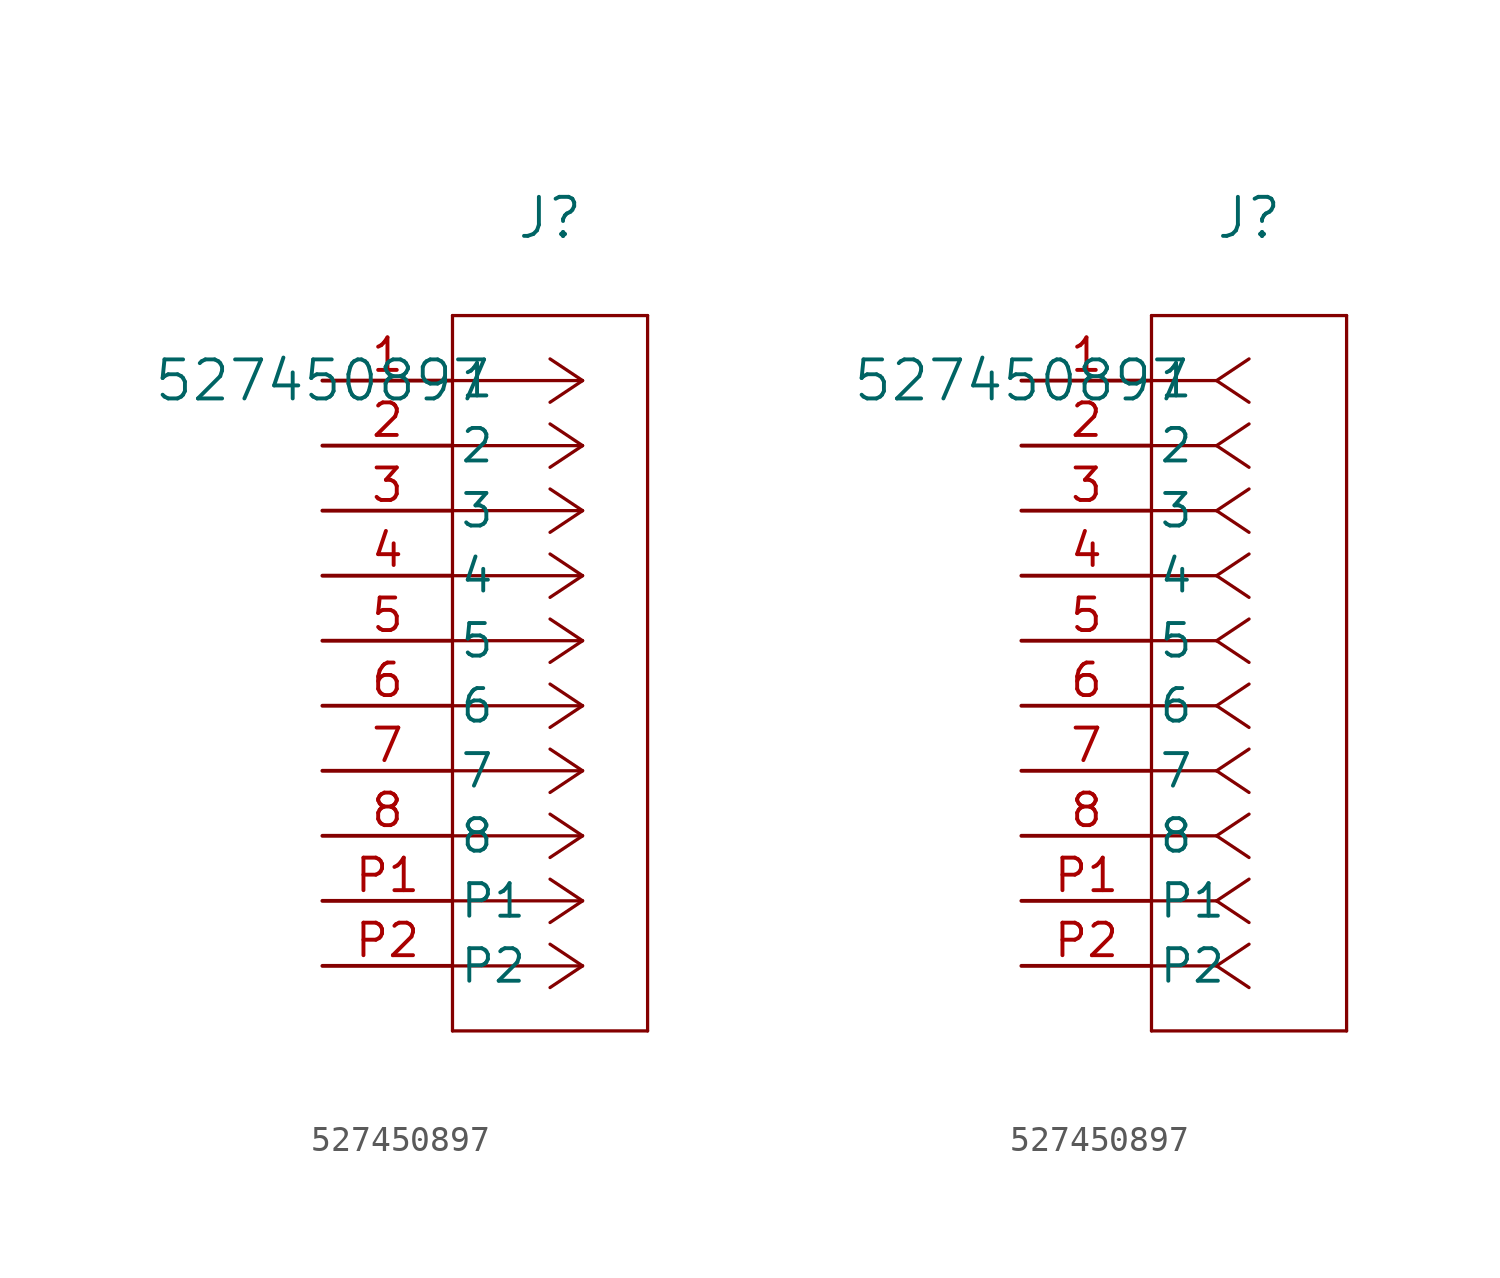
<source format=kicad_sym>
(kicad_symbol_lib
  (version 20211014)
  (generator kicad_symbol_editor)
  (symbol "527450897"
    (pin_names
      (offset 0.254))
    (property "Reference" "J"
      (at 8.89 6.35 0)
      (effects (font (size 1.524 1.524))))
    (property "Value" "527450897"
      (at 0 0 0)
      (effects (font (size 1.524 1.524))))
    (symbol "527450897_1_1"
      (polyline (pts (xy 10.16 0) (xy 5.08 0)) (stroke (width 0.127) (type default) (color 0 0 0 0)) (fill (type none)))
      (polyline (pts (xy 10.16 -2.54) (xy 5.08 -2.54)) (stroke (width 0.127) (type default) (color 0 0 0 0)) (fill (type none)))
      (polyline (pts (xy 10.16 -5.08) (xy 5.08 -5.08)) (stroke (width 0.127) (type default) (color 0 0 0 0)) (fill (type none)))
      (polyline (pts (xy 10.16 -7.62) (xy 5.08 -7.62)) (stroke (width 0.127) (type default) (color 0 0 0 0)) (fill (type none)))
      (polyline (pts (xy 10.16 -10.16) (xy 5.08 -10.16)) (stroke (width 0.127) (type default) (color 0 0 0 0)) (fill (type none)))
      (polyline (pts (xy 10.16 -12.7) (xy 5.08 -12.7)) (stroke (width 0.127) (type default) (color 0 0 0 0)) (fill (type none)))
      (polyline (pts (xy 10.16 -15.24) (xy 5.08 -15.24)) (stroke (width 0.127) (type default) (color 0 0 0 0)) (fill (type none)))
      (polyline (pts (xy 10.16 -17.78) (xy 5.08 -17.78)) (stroke (width 0.127) (type default) (color 0 0 0 0)) (fill (type none)))
      (polyline (pts (xy 10.16 -20.32) (xy 5.08 -20.32)) (stroke (width 0.127) (type default) (color 0 0 0 0)) (fill (type none)))
      (polyline (pts (xy 10.16 -22.86) (xy 5.08 -22.86)) (stroke (width 0.127) (type default) (color 0 0 0 0)) (fill (type none)))
      (polyline (pts (xy 10.16 0) (xy 8.89 0.847)) (stroke (width 0.127) (type default) (color 0 0 0 0)) (fill (type none)))
      (polyline (pts (xy 10.16 -2.54) (xy 8.89 -1.693)) (stroke (width 0.127) (type default) (color 0 0 0 0)) (fill (type none)))
      (polyline (pts (xy 10.16 -5.08) (xy 8.89 -4.233)) (stroke (width 0.127) (type default) (color 0 0 0 0)) (fill (type none)))
      (polyline (pts (xy 10.16 -7.62) (xy 8.89 -6.773)) (stroke (width 0.127) (type default) (color 0 0 0 0)) (fill (type none)))
      (polyline (pts (xy 10.16 -10.16) (xy 8.89 -9.313)) (stroke (width 0.127) (type default) (color 0 0 0 0)) (fill (type none)))
      (polyline (pts (xy 10.16 -12.7) (xy 8.89 -11.853)) (stroke (width 0.127) (type default) (color 0 0 0 0)) (fill (type none)))
      (polyline (pts (xy 10.16 -15.24) (xy 8.89 -14.393)) (stroke (width 0.127) (type default) (color 0 0 0 0)) (fill (type none)))
      (polyline (pts (xy 10.16 -17.78) (xy 8.89 -16.933)) (stroke (width 0.127) (type default) (color 0 0 0 0)) (fill (type none)))
      (polyline (pts (xy 10.16 -20.32) (xy 8.89 -19.473)) (stroke (width 0.127) (type default) (color 0 0 0 0)) (fill (type none)))
      (polyline (pts (xy 10.16 -22.86) (xy 8.89 -22.013)) (stroke (width 0.127) (type default) (color 0 0 0 0)) (fill (type none)))
      (polyline (pts (xy 10.16 0) (xy 8.89 -0.847)) (stroke (width 0.127) (type default) (color 0 0 0 0)) (fill (type none)))
      (polyline (pts (xy 10.16 -2.54) (xy 8.89 -3.387)) (stroke (width 0.127) (type default) (color 0 0 0 0)) (fill (type none)))
      (polyline (pts (xy 10.16 -5.08) (xy 8.89 -5.927)) (stroke (width 0.127) (type default) (color 0 0 0 0)) (fill (type none)))
      (polyline (pts (xy 10.16 -7.62) (xy 8.89 -8.467)) (stroke (width 0.127) (type default) (color 0 0 0 0)) (fill (type none)))
      (polyline (pts (xy 10.16 -10.16) (xy 8.89 -11.007)) (stroke (width 0.127) (type default) (color 0 0 0 0)) (fill (type none)))
      (polyline (pts (xy 10.16 -12.7) (xy 8.89 -13.547)) (stroke (width 0.127) (type default) (color 0 0 0 0)) (fill (type none)))
      (polyline (pts (xy 10.16 -15.24) (xy 8.89 -16.087)) (stroke (width 0.127) (type default) (color 0 0 0 0)) (fill (type none)))
      (polyline (pts (xy 10.16 -17.78) (xy 8.89 -18.627)) (stroke (width 0.127) (type default) (color 0 0 0 0)) (fill (type none)))
      (polyline (pts (xy 10.16 -20.32) (xy 8.89 -21.167)) (stroke (width 0.127) (type default) (color 0 0 0 0)) (fill (type none)))
      (polyline (pts (xy 10.16 -22.86) (xy 8.89 -23.707)) (stroke (width 0.127) (type default) (color 0 0 0 0)) (fill (type none)))
      (polyline (pts (xy 5.08 2.54) (xy 5.08 -25.4)) (stroke (width 0.127) (type default) (color 0 0 0 0)) (fill (type none)))
      (polyline (pts (xy 5.08 -25.4) (xy 12.7 -25.4)) (stroke (width 0.127) (type default) (color 0 0 0 0)) (fill (type none)))
      (polyline (pts (xy 12.7 -25.4) (xy 12.7 2.54)) (stroke (width 0.127) (type default) (color 0 0 0 0)) (fill (type none)))
      (polyline (pts (xy 12.7 2.54) (xy 5.08 2.54)) (stroke (width 0.127) (type default) (color 0 0 0 0)) (fill (type none)))
      (pin unspecified line (at 0 0 0) (length 5.08) (name "1" (effects (font (size 1.27 1.27)))) (number "1" (effects (font (size 1.27 1.27)))))
      (pin unspecified line (at 0 -2.54 0) (length 5.08) (name "2" (effects (font (size 1.27 1.27)))) (number "2" (effects (font (size 1.27 1.27)))))
      (pin unspecified line (at 0 -5.08 0) (length 5.08) (name "3" (effects (font (size 1.27 1.27)))) (number "3" (effects (font (size 1.27 1.27)))))
      (pin unspecified line (at 0 -7.62 0) (length 5.08) (name "4" (effects (font (size 1.27 1.27)))) (number "4" (effects (font (size 1.27 1.27)))))
      (pin unspecified line (at 0 -10.16 0) (length 5.08) (name "5" (effects (font (size 1.27 1.27)))) (number "5" (effects (font (size 1.27 1.27)))))
      (pin unspecified line (at 0 -12.7 0) (length 5.08) (name "6" (effects (font (size 1.27 1.27)))) (number "6" (effects (font (size 1.27 1.27)))))
      (pin unspecified line (at 0 -15.24 0) (length 5.08) (name "7" (effects (font (size 1.27 1.27)))) (number "7" (effects (font (size 1.27 1.27)))))
      (pin unspecified line (at 0 -17.78 0) (length 5.08) (name "8" (effects (font (size 1.27 1.27)))) (number "8" (effects (font (size 1.27 1.27)))))
      (pin unspecified line (at 0 -20.32 0) (length 5.08) (name "P1" (effects (font (size 1.27 1.27)))) (number "P1" (effects (font (size 1.27 1.27)))))
      (pin unspecified line (at 0 -22.86 0) (length 5.08) (name "P2" (effects (font (size 1.27 1.27)))) (number "P2" (effects (font (size 1.27 1.27))))))
    (symbol "527450897_1_2"
      (polyline (pts (xy 7.62 0) (xy 5.08 0)) (stroke (width 0.127) (type default) (color 0 0 0 0)) (fill (type none)))
      (polyline (pts (xy 7.62 -2.54) (xy 5.08 -2.54)) (stroke (width 0.127) (type default) (color 0 0 0 0)) (fill (type none)))
      (polyline (pts (xy 7.62 -5.08) (xy 5.08 -5.08)) (stroke (width 0.127) (type default) (color 0 0 0 0)) (fill (type none)))
      (polyline (pts (xy 7.62 -7.62) (xy 5.08 -7.62)) (stroke (width 0.127) (type default) (color 0 0 0 0)) (fill (type none)))
      (polyline (pts (xy 7.62 -10.16) (xy 5.08 -10.16)) (stroke (width 0.127) (type default) (color 0 0 0 0)) (fill (type none)))
      (polyline (pts (xy 7.62 -12.7) (xy 5.08 -12.7)) (stroke (width 0.127) (type default) (color 0 0 0 0)) (fill (type none)))
      (polyline (pts (xy 7.62 -15.24) (xy 5.08 -15.24)) (stroke (width 0.127) (type default) (color 0 0 0 0)) (fill (type none)))
      (polyline (pts (xy 7.62 -17.78) (xy 5.08 -17.78)) (stroke (width 0.127) (type default) (color 0 0 0 0)) (fill (type none)))
      (polyline (pts (xy 7.62 -20.32) (xy 5.08 -20.32)) (stroke (width 0.127) (type default) (color 0 0 0 0)) (fill (type none)))
      (polyline (pts (xy 7.62 -22.86) (xy 5.08 -22.86)) (stroke (width 0.127) (type default) (color 0 0 0 0)) (fill (type none)))
      (polyline (pts (xy 7.62 0) (xy 8.89 0.847)) (stroke (width 0.127) (type default) (color 0 0 0 0)) (fill (type none)))
      (polyline (pts (xy 7.62 -2.54) (xy 8.89 -1.693)) (stroke (width 0.127) (type default) (color 0 0 0 0)) (fill (type none)))
      (polyline (pts (xy 7.62 -5.08) (xy 8.89 -4.233)) (stroke (width 0.127) (type default) (color 0 0 0 0)) (fill (type none)))
      (polyline (pts (xy 7.62 -7.62) (xy 8.89 -6.773)) (stroke (width 0.127) (type default) (color 0 0 0 0)) (fill (type none)))
      (polyline (pts (xy 7.62 -10.16) (xy 8.89 -9.313)) (stroke (width 0.127) (type default) (color 0 0 0 0)) (fill (type none)))
      (polyline (pts (xy 7.62 -12.7) (xy 8.89 -11.853)) (stroke (width 0.127) (type default) (color 0 0 0 0)) (fill (type none)))
      (polyline (pts (xy 7.62 -15.24) (xy 8.89 -14.393)) (stroke (width 0.127) (type default) (color 0 0 0 0)) (fill (type none)))
      (polyline (pts (xy 7.62 -17.78) (xy 8.89 -16.933)) (stroke (width 0.127) (type default) (color 0 0 0 0)) (fill (type none)))
      (polyline (pts (xy 7.62 -20.32) (xy 8.89 -19.473)) (stroke (width 0.127) (type default) (color 0 0 0 0)) (fill (type none)))
      (polyline (pts (xy 7.62 -22.86) (xy 8.89 -22.013)) (stroke (width 0.127) (type default) (color 0 0 0 0)) (fill (type none)))
      (polyline (pts (xy 7.62 0) (xy 8.89 -0.847)) (stroke (width 0.127) (type default) (color 0 0 0 0)) (fill (type none)))
      (polyline (pts (xy 7.62 -2.54) (xy 8.89 -3.387)) (stroke (width 0.127) (type default) (color 0 0 0 0)) (fill (type none)))
      (polyline (pts (xy 7.62 -5.08) (xy 8.89 -5.927)) (stroke (width 0.127) (type default) (color 0 0 0 0)) (fill (type none)))
      (polyline (pts (xy 7.62 -7.62) (xy 8.89 -8.467)) (stroke (width 0.127) (type default) (color 0 0 0 0)) (fill (type none)))
      (polyline (pts (xy 7.62 -10.16) (xy 8.89 -11.007)) (stroke (width 0.127) (type default) (color 0 0 0 0)) (fill (type none)))
      (polyline (pts (xy 7.62 -12.7) (xy 8.89 -13.547)) (stroke (width 0.127) (type default) (color 0 0 0 0)) (fill (type none)))
      (polyline (pts (xy 7.62 -15.24) (xy 8.89 -16.087)) (stroke (width 0.127) (type default) (color 0 0 0 0)) (fill (type none)))
      (polyline (pts (xy 7.62 -17.78) (xy 8.89 -18.627)) (stroke (width 0.127) (type default) (color 0 0 0 0)) (fill (type none)))
      (polyline (pts (xy 7.62 -20.32) (xy 8.89 -21.167)) (stroke (width 0.127) (type default) (color 0 0 0 0)) (fill (type none)))
      (polyline (pts (xy 7.62 -22.86) (xy 8.89 -23.707)) (stroke (width 0.127) (type default) (color 0 0 0 0)) (fill (type none)))
      (polyline (pts (xy 5.08 2.54) (xy 5.08 -25.4)) (stroke (width 0.127) (type default) (color 0 0 0 0)) (fill (type none)))
      (polyline (pts (xy 5.08 -25.4) (xy 12.7 -25.4)) (stroke (width 0.127) (type default) (color 0 0 0 0)) (fill (type none)))
      (polyline (pts (xy 12.7 -25.4) (xy 12.7 2.54)) (stroke (width 0.127) (type default) (color 0 0 0 0)) (fill (type none)))
      (polyline (pts (xy 12.7 2.54) (xy 5.08 2.54)) (stroke (width 0.127) (type default) (color 0 0 0 0)) (fill (type none)))
      (pin unspecified line (at 0 0 0) (length 5.08) (name "1" (effects (font (size 1.27 1.27)))) (number "1" (effects (font (size 1.27 1.27)))))
      (pin unspecified line (at 0 -2.54 0) (length 5.08) (name "2" (effects (font (size 1.27 1.27)))) (number "2" (effects (font (size 1.27 1.27)))))
      (pin unspecified line (at 0 -5.08 0) (length 5.08) (name "3" (effects (font (size 1.27 1.27)))) (number "3" (effects (font (size 1.27 1.27)))))
      (pin unspecified line (at 0 -7.62 0) (length 5.08) (name "4" (effects (font (size 1.27 1.27)))) (number "4" (effects (font (size 1.27 1.27)))))
      (pin unspecified line (at 0 -10.16 0) (length 5.08) (name "5" (effects (font (size 1.27 1.27)))) (number "5" (effects (font (size 1.27 1.27)))))
      (pin unspecified line (at 0 -12.7 0) (length 5.08) (name "6" (effects (font (size 1.27 1.27)))) (number "6" (effects (font (size 1.27 1.27)))))
      (pin unspecified line (at 0 -15.24 0) (length 5.08) (name "7" (effects (font (size 1.27 1.27)))) (number "7" (effects (font (size 1.27 1.27)))))
      (pin unspecified line (at 0 -17.78 0) (length 5.08) (name "8" (effects (font (size 1.27 1.27)))) (number "8" (effects (font (size 1.27 1.27)))))
      (pin unspecified line (at 0 -20.32 0) (length 5.08) (name "P1" (effects (font (size 1.27 1.27)))) (number "P1" (effects (font (size 1.27 1.27)))))
      (pin unspecified line (at 0 -22.86 0) (length 5.08) (name "P2" (effects (font (size 1.27 1.27)))) (number "P2" (effects (font (size 1.27 1.27))))))))
</source>
